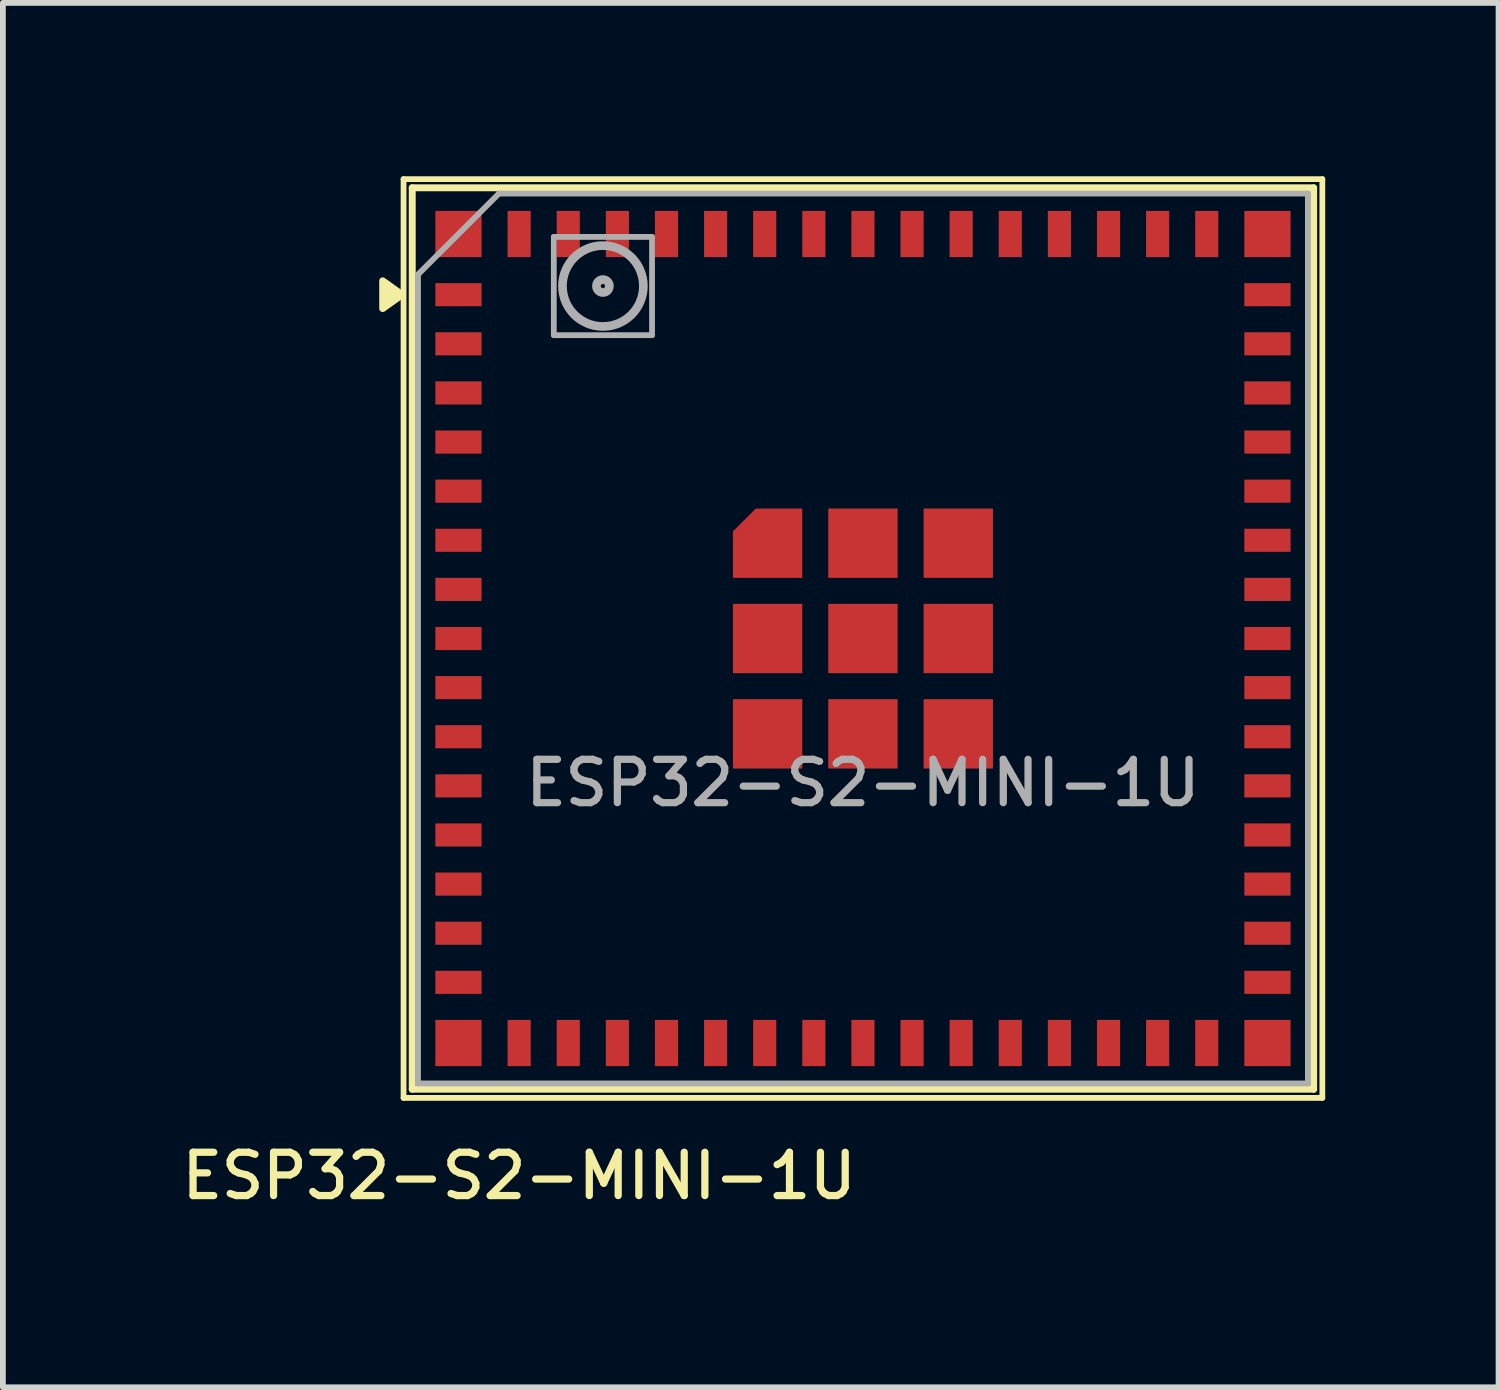
<source format=kicad_pcb>
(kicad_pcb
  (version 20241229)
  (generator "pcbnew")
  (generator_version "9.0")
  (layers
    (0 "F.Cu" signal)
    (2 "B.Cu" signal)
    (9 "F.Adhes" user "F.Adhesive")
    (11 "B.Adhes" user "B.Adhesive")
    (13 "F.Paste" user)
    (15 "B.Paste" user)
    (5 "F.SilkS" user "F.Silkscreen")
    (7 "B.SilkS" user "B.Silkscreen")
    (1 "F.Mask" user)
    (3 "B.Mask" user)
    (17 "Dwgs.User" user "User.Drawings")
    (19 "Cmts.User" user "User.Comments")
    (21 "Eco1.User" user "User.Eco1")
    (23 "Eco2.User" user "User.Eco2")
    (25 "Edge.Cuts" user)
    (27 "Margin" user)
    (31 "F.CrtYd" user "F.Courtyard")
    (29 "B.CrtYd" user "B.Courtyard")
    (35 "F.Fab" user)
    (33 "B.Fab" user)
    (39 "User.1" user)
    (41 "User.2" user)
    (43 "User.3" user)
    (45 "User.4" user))
  (footprint "ESP32-S2-MINI-1U"
    (layer "F.Cu")
    (at 11.884 8)
    (property "Reference" "ESP32-S2-MINI-1U" (at -5.95 9.3 0) (unlocked yes) (layer "F.SilkS") (effects (font (size 0.75 0.75) (thickness 0.125))))
    (attr smd)
    (fp_line (start -7.95 -7.95) (end 7.95 -7.95) (stroke (width 0.1) (type solid)) (layer "F.SilkS"))
    (fp_line (start -7.95 7.95) (end -7.95 -7.95) (stroke (width 0.1) (type solid)) (layer "F.SilkS"))
    (fp_line (start -7.8 -7.8) (end 7.8 -7.8) (stroke (width 0.12) (type solid)) (layer "F.SilkS"))
    (fp_line (start -7.8 7.8) (end -7.8 -7.8) (stroke (width 0.12) (type solid)) (layer "F.SilkS"))
    (fp_line (start 7.8 -7.8) (end 7.8 7.8) (stroke (width 0.12) (type solid)) (layer "F.SilkS"))
    (fp_line (start 7.8 7.8) (end -7.8 7.8) (stroke (width 0.12) (type solid)) (layer "F.SilkS"))
    (fp_line (start 7.95 -7.95) (end 7.95 7.95) (stroke (width 0.1) (type solid)) (layer "F.SilkS"))
    (fp_line (start 7.95 7.95) (end -7.95 7.95) (stroke (width 0.1) (type solid)) (layer "F.SilkS"))
    (fp_poly (pts (xy -7.975 -5.95) (xy -8.311 -5.71) (xy -8.311 -6.19) (xy -7.975 -5.95)) (stroke (width 0.12) (type solid)) (fill yes) (layer "F.SilkS"))
    (fp_line (start -7.7 -6.3) (end -6.3 -7.7) (stroke (width 0.1) (type solid)) (layer "F.Fab"))
    (fp_line (start -7.7 7.7) (end -7.7 -6.3) (stroke (width 0.1) (type solid)) (layer "F.Fab"))
    (fp_line (start -6.3 -7.7) (end 7.7 -7.7) (stroke (width 0.1) (type solid)) (layer "F.Fab"))
    (fp_line (start -5.35 -6.95) (end -3.65 -6.95) (stroke (width 0.1) (type solid)) (layer "F.Fab"))
    (fp_line (start -5.35 -5.25) (end -5.35 -6.95) (stroke (width 0.1) (type solid)) (layer "F.Fab"))
    (fp_line (start -3.65 -6.95) (end -3.65 -5.25) (stroke (width 0.1) (type solid)) (layer "F.Fab"))
    (fp_line (start -3.65 -5.25) (end -5.35 -5.25) (stroke (width 0.1) (type solid)) (layer "F.Fab"))
    (fp_line (start 7.7 -7.7) (end 7.7 7.7) (stroke (width 0.1) (type solid)) (layer "F.Fab"))
    (fp_line (start 7.7 7.7) (end -7.7 7.7) (stroke (width 0.1) (type solid)) (layer "F.Fab"))
    (fp_circle (center -4.5 -6.1) (end -4.388 -6.1) (stroke (width 0.15) (type solid)) (fill no) (layer "F.Fab"))
    (fp_circle (center -4.5 -6.1) (end -3.8 -6.1) (stroke (width 0.15) (type solid)) (fill no) (layer "F.Fab"))
    (fp_text user "${REFERENCE}" (at 0 2.5 0) (unlocked yes) (layer "F.Fab") (effects (font (size 0.75 0.75) (thickness 0.125))))
    (pad "1" smd rect (at -7 -5.95) (size 0.8 0.4) (layers "F.Cu" "F.Mask" "F.Paste"))
    (pad "2" smd rect (at -7 -5.1) (size 0.8 0.4) (layers "F.Cu" "F.Mask" "F.Paste"))
    (pad "3" smd rect (at -7 -4.25) (size 0.8 0.4) (layers "F.Cu" "F.Mask" "F.Paste"))
    (pad "4" smd rect (at -7 -3.4) (size 0.8 0.4) (layers "F.Cu" "F.Mask" "F.Paste"))
    (pad "5" smd rect (at -7 -2.55) (size 0.8 0.4) (layers "F.Cu" "F.Mask" "F.Paste"))
    (pad "6" smd rect (at -7 -1.7) (size 0.8 0.4) (layers "F.Cu" "F.Mask" "F.Paste"))
    (pad "7" smd rect (at -7 -0.85) (size 0.8 0.4) (layers "F.Cu" "F.Mask" "F.Paste"))
    (pad "8" smd rect (at -7 0) (size 0.8 0.4) (layers "F.Cu" "F.Mask" "F.Paste"))
    (pad "9" smd rect (at -7 0.85) (size 0.8 0.4) (layers "F.Cu" "F.Mask" "F.Paste"))
    (pad "10" smd rect (at -7 1.7) (size 0.8 0.4) (layers "F.Cu" "F.Mask" "F.Paste"))
    (pad "11" smd rect (at -7 2.55) (size 0.8 0.4) (layers "F.Cu" "F.Mask" "F.Paste"))
    (pad "12" smd rect (at -7 3.4) (size 0.8 0.4) (layers "F.Cu" "F.Mask" "F.Paste"))
    (pad "13" smd rect (at -7 4.25) (size 0.8 0.4) (layers "F.Cu" "F.Mask" "F.Paste"))
    (pad "14" smd rect (at -7 5.1) (size 0.8 0.4) (layers "F.Cu" "F.Mask" "F.Paste"))
    (pad "15" smd rect (at -7 5.95) (size 0.8 0.4) (layers "F.Cu" "F.Mask" "F.Paste"))
    (pad "16" smd rect (at -5.95 7 90) (size 0.8 0.4) (layers "F.Cu" "F.Mask" "F.Paste"))
    (pad "17" smd rect (at -5.1 7 90) (size 0.8 0.4) (layers "F.Cu" "F.Mask" "F.Paste"))
    (pad "18" smd rect (at -4.25 7 90) (size 0.8 0.4) (layers "F.Cu" "F.Mask" "F.Paste"))
    (pad "19" smd rect (at -3.4 7 90) (size 0.8 0.4) (layers "F.Cu" "F.Mask" "F.Paste"))
    (pad "20" smd rect (at -2.55 7 90) (size 0.8 0.4) (layers "F.Cu" "F.Mask" "F.Paste"))
    (pad "21" smd rect (at -1.7 7 90) (size 0.8 0.4) (layers "F.Cu" "F.Mask" "F.Paste"))
    (pad "22" smd rect (at -0.85 7 90) (size 0.8 0.4) (layers "F.Cu" "F.Mask" "F.Paste"))
    (pad "23" smd rect (at 0 7 90) (size 0.8 0.4) (layers "F.Cu" "F.Mask" "F.Paste"))
    (pad "24" smd rect (at 0.85 7 90) (size 0.8 0.4) (layers "F.Cu" "F.Mask" "F.Paste"))
    (pad "25" smd rect (at 1.7 7 90) (size 0.8 0.4) (layers "F.Cu" "F.Mask" "F.Paste"))
    (pad "26" smd rect (at 2.55 7 90) (size 0.8 0.4) (layers "F.Cu" "F.Mask" "F.Paste"))
    (pad "27" smd rect (at 3.4 7 90) (size 0.8 0.4) (layers "F.Cu" "F.Mask" "F.Paste"))
    (pad "28" smd rect (at 4.25 7 90) (size 0.8 0.4) (layers "F.Cu" "F.Mask" "F.Paste"))
    (pad "29" smd rect (at 5.1 7 90) (size 0.8 0.4) (layers "F.Cu" "F.Mask" "F.Paste"))
    (pad "30" smd rect (at 5.95 7 90) (size 0.8 0.4) (layers "F.Cu" "F.Mask" "F.Paste"))
    (pad "31" smd rect (at 7 5.95) (size 0.8 0.4) (layers "F.Cu" "F.Mask" "F.Paste"))
    (pad "32" smd rect (at 7 5.1) (size 0.8 0.4) (layers "F.Cu" "F.Mask" "F.Paste"))
    (pad "33" smd rect (at 7 4.25) (size 0.8 0.4) (layers "F.Cu" "F.Mask" "F.Paste"))
    (pad "34" smd rect (at 7 3.4) (size 0.8 0.4) (layers "F.Cu" "F.Mask" "F.Paste"))
    (pad "35" smd rect (at 7 2.55) (size 0.8 0.4) (layers "F.Cu" "F.Mask" "F.Paste"))
    (pad "36" smd rect (at 7 1.7) (size 0.8 0.4) (layers "F.Cu" "F.Mask" "F.Paste"))
    (pad "37" smd rect (at 7 0.85) (size 0.8 0.4) (layers "F.Cu" "F.Mask" "F.Paste"))
    (pad "38" smd rect (at 7 0) (size 0.8 0.4) (layers "F.Cu" "F.Mask" "F.Paste"))
    (pad "39" smd rect (at 7 -0.85) (size 0.8 0.4) (layers "F.Cu" "F.Mask" "F.Paste"))
    (pad "40" smd rect (at 7 -1.7) (size 0.8 0.4) (layers "F.Cu" "F.Mask" "F.Paste"))
    (pad "41" smd rect (at 7 -2.55) (size 0.8 0.4) (layers "F.Cu" "F.Mask" "F.Paste"))
    (pad "42" smd rect (at 7 -3.4) (size 0.8 0.4) (layers "F.Cu" "F.Mask" "F.Paste"))
    (pad "43" smd rect (at 7 -4.25) (size 0.8 0.4) (layers "F.Cu" "F.Mask" "F.Paste"))
    (pad "44" smd rect (at 7 -5.1) (size 0.8 0.4) (layers "F.Cu" "F.Mask" "F.Paste"))
    (pad "45" smd rect (at 7 -5.95) (size 0.8 0.4) (layers "F.Cu" "F.Mask" "F.Paste"))
    (pad "46" smd rect (at 5.95 -7 90) (size 0.8 0.4) (layers "F.Cu" "F.Mask" "F.Paste"))
    (pad "47" smd rect (at 5.1 -7 90) (size 0.8 0.4) (layers "F.Cu" "F.Mask" "F.Paste"))
    (pad "48" smd rect (at 4.25 -7 90) (size 0.8 0.4) (layers "F.Cu" "F.Mask" "F.Paste"))
    (pad "49" smd rect (at 3.4 -7 90) (size 0.8 0.4) (layers "F.Cu" "F.Mask" "F.Paste"))
    (pad "50" smd rect (at 2.55 -7 90) (size 0.8 0.4) (layers "F.Cu" "F.Mask" "F.Paste"))
    (pad "51" smd rect (at 1.7 -7 90) (size 0.8 0.4) (layers "F.Cu" "F.Mask" "F.Paste"))
    (pad "52" smd rect (at 0.85 -7 90) (size 0.8 0.4) (layers "F.Cu" "F.Mask" "F.Paste"))
    (pad "53" smd rect (at 0 -7 90) (size 0.8 0.4) (layers "F.Cu" "F.Mask" "F.Paste"))
    (pad "54" smd rect (at -0.85 -7 90) (size 0.8 0.4) (layers "F.Cu" "F.Mask" "F.Paste"))
    (pad "55" smd rect (at -1.7 -7 90) (size 0.8 0.4) (layers "F.Cu" "F.Mask" "F.Paste"))
    (pad "56" smd rect (at -2.55 -7 90) (size 0.8 0.4) (layers "F.Cu" "F.Mask" "F.Paste"))
    (pad "57" smd rect (at -3.4 -7 90) (size 0.8 0.4) (layers "F.Cu" "F.Mask" "F.Paste"))
    (pad "58" smd rect (at -4.25 -7 90) (size 0.8 0.4) (layers "F.Cu" "F.Mask" "F.Paste"))
    (pad "59" smd rect (at -5.1 -7 90) (size 0.8 0.4) (layers "F.Cu" "F.Mask" "F.Paste"))
    (pad "60" smd rect (at -5.95 -7 90) (size 0.8 0.4) (layers "F.Cu" "F.Mask" "F.Paste"))
    (pad "61" smd roundrect (at -1.65 -1.65) (size 1.2 1.2) (layers "F.Cu" "F.Mask" "F.Paste") (roundrect_rratio 0) (chamfer_ratio 0.33) (chamfer top_left))
    (pad "61" smd rect (at -1.65 0) (size 1.2 1.2) (layers "F.Cu" "F.Mask" "F.Paste"))
    (pad "61" smd rect (at -1.65 1.65) (size 1.2 1.2) (layers "F.Cu" "F.Mask" "F.Paste"))
    (pad "61" smd rect (at 0 -1.65) (size 1.2 1.2) (layers "F.Cu" "F.Mask" "F.Paste"))
    (pad "61" smd rect (at 0 0) (size 1.2 1.2) (layers "F.Cu" "F.Mask" "F.Paste"))
    (pad "61" smd rect (at 0 1.65) (size 1.2 1.2) (layers "F.Cu" "F.Mask" "F.Paste"))
    (pad "61" smd rect (at 1.65 -1.65) (size 1.2 1.2) (layers "F.Cu" "F.Mask" "F.Paste"))
    (pad "61" smd rect (at 1.65 0) (size 1.2 1.2) (layers "F.Cu" "F.Mask" "F.Paste"))
    (pad "61" smd rect (at 1.65 1.65) (size 1.2 1.2) (layers "F.Cu" "F.Mask" "F.Paste"))
    (pad "62" smd rect (at -7 -7) (size 0.8 0.8) (layers "F.Cu" "F.Mask" "F.Paste"))
    (pad "63" smd rect (at -7 7) (size 0.8 0.8) (layers "F.Cu" "F.Mask" "F.Paste"))
    (pad "64" smd rect (at 7 7) (size 0.8 0.8) (layers "F.Cu" "F.Mask" "F.Paste"))
    (pad "65" smd rect (at 7 -7) (size 0.8 0.8) (layers "F.Cu" "F.Mask" "F.Paste")))
  (gr_rect
    (start -3 -3)
    (end 22.884 20.958)
    (stroke (width 0.1) (type default))
    (fill no)
    (layer "Edge.Cuts")))
</source>
